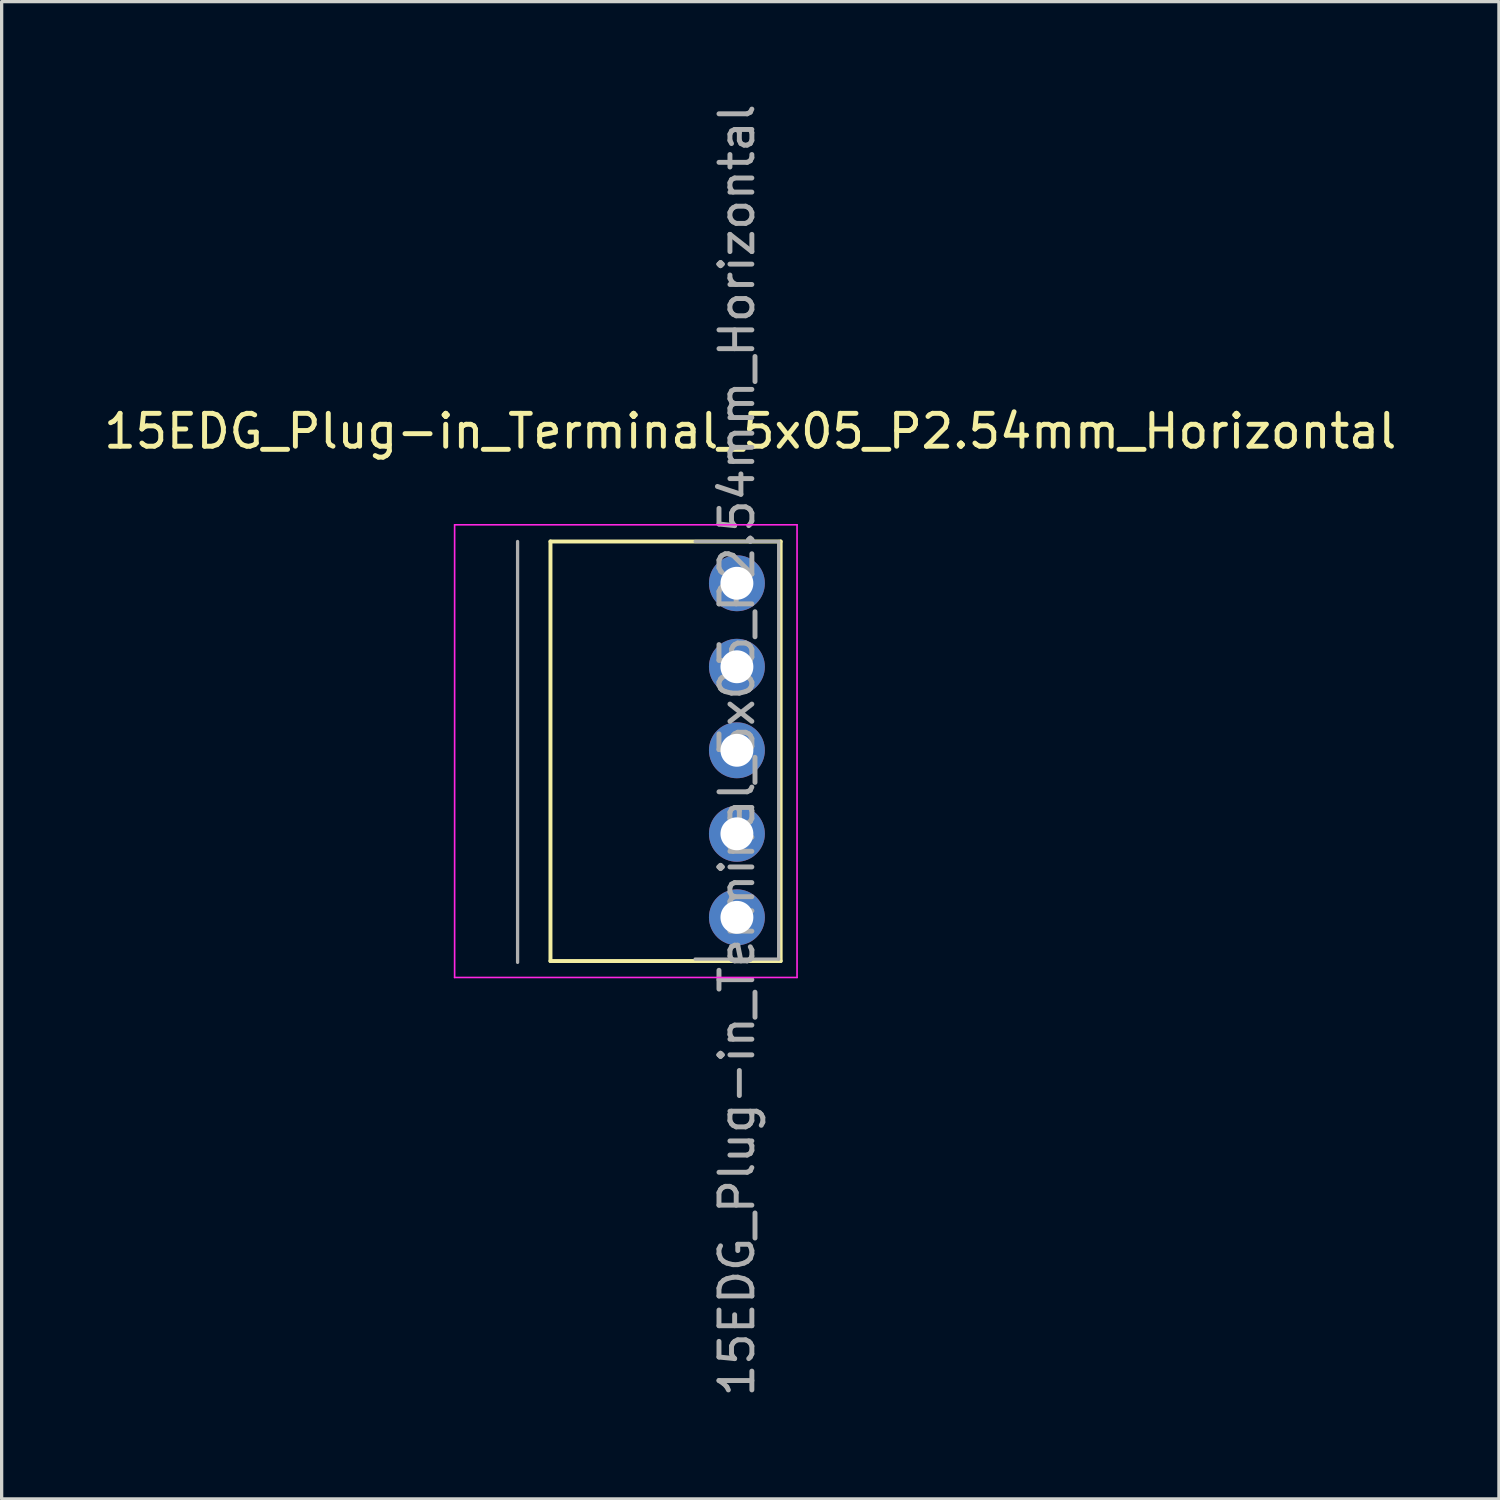
<source format=kicad_pcb>
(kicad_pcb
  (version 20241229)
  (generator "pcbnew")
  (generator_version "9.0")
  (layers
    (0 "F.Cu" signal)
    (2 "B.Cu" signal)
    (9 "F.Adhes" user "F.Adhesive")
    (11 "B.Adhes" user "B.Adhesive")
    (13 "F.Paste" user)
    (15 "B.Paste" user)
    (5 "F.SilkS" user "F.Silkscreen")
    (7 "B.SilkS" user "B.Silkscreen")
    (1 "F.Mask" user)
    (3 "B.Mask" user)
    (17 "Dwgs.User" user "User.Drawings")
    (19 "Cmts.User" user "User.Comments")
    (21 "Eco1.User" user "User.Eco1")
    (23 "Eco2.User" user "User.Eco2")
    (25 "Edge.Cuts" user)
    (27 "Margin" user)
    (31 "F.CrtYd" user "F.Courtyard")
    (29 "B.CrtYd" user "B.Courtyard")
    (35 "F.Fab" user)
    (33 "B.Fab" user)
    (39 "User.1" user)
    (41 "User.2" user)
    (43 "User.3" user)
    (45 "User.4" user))
  (footprint "15EDG_Plug-in_Terminal_5x05_P2.54mm_Horizontal"
    (layer "F.Cu")
    (at 19.361 14.688)
    (property "Reference" "15EDG_Plug-in_Terminal_5x05_P2.54mm_Horizontal" (at 0.406 -4.623 0) (layer "F.SilkS") (effects (font (size 1 1) (thickness 0.15))))
    (attr through_hole)
    (fp_line (start -5.67 -1.27) (end -5.67 11.49) (stroke (width 0.12) (type solid)) (layer "F.SilkS"))
    (fp_line (start -5.67 -1.27) (end 1.33 -1.27) (stroke (width 0.12) (type solid)) (layer "F.SilkS"))
    (fp_line (start -5.67 11.49) (end 1.33 11.49) (stroke (width 0.12) (type solid)) (layer "F.SilkS"))
    (fp_line (start 1.33 -1.27) (end 1.33 11.49) (stroke (width 0.12) (type solid)) (layer "F.SilkS"))
    (fp_line (start -8.585 -1.778) (end -8.585 11.989) (stroke (width 0.05) (type solid)) (layer "F.CrtYd"))
    (fp_line (start 1.829 -1.778) (end -8.585 -1.778) (stroke (width 0.05) (type solid)) (layer "F.CrtYd"))
    (fp_line (start 1.829 11.989) (end -8.585 11.989) (stroke (width 0.05) (type solid)) (layer "F.CrtYd"))
    (fp_line (start 1.829 11.989) (end 1.829 -1.778) (stroke (width 0.05) (type solid)) (layer "F.CrtYd"))
    (fp_line (start -6.67 -1.27) (end -6.67 11.53) (stroke (width 0.1) (type solid)) (layer "F.Fab"))
    (fp_line (start -1.27 -1.27) (end 1.27 -1.27) (stroke (width 0.1) (type solid)) (layer "F.Fab"))
    (fp_line (start 1.27 -1.27) (end 1.27 11.43) (stroke (width 0.1) (type solid)) (layer "F.Fab"))
    (fp_line (start 1.27 11.43) (end -1.27 11.43) (stroke (width 0.1) (type solid)) (layer "F.Fab"))
    (fp_text user "${REFERENCE}" (at 0 5.08 90) (layer "F.Fab") (effects (font (size 1 1) (thickness 0.15))))
    (pad "1" thru_hole circle (at 0 0) (size 1.7 1.7) (drill 1) (layers "*.Cu" "*.Mask"))
    (pad "2" thru_hole oval (at 0 2.54) (size 1.7 1.7) (drill 1) (layers "*.Cu" "*.Mask"))
    (pad "3" thru_hole oval (at 0 5.08) (size 1.7 1.7) (drill 1) (layers "*.Cu" "*.Mask"))
    (pad "4" thru_hole oval (at 0 7.62) (size 1.7 1.7) (drill 1) (layers "*.Cu" "*.Mask"))
    (pad "5" thru_hole oval (at 0 10.16) (size 1.7 1.7) (drill 1) (layers "*.Cu" "*.Mask")))
  (gr_rect
    (start -3 -3)
    (end 42.536 42.536)
    (stroke (width 0.1) (type default))
    (fill no)
    (layer "Edge.Cuts")))
</source>
